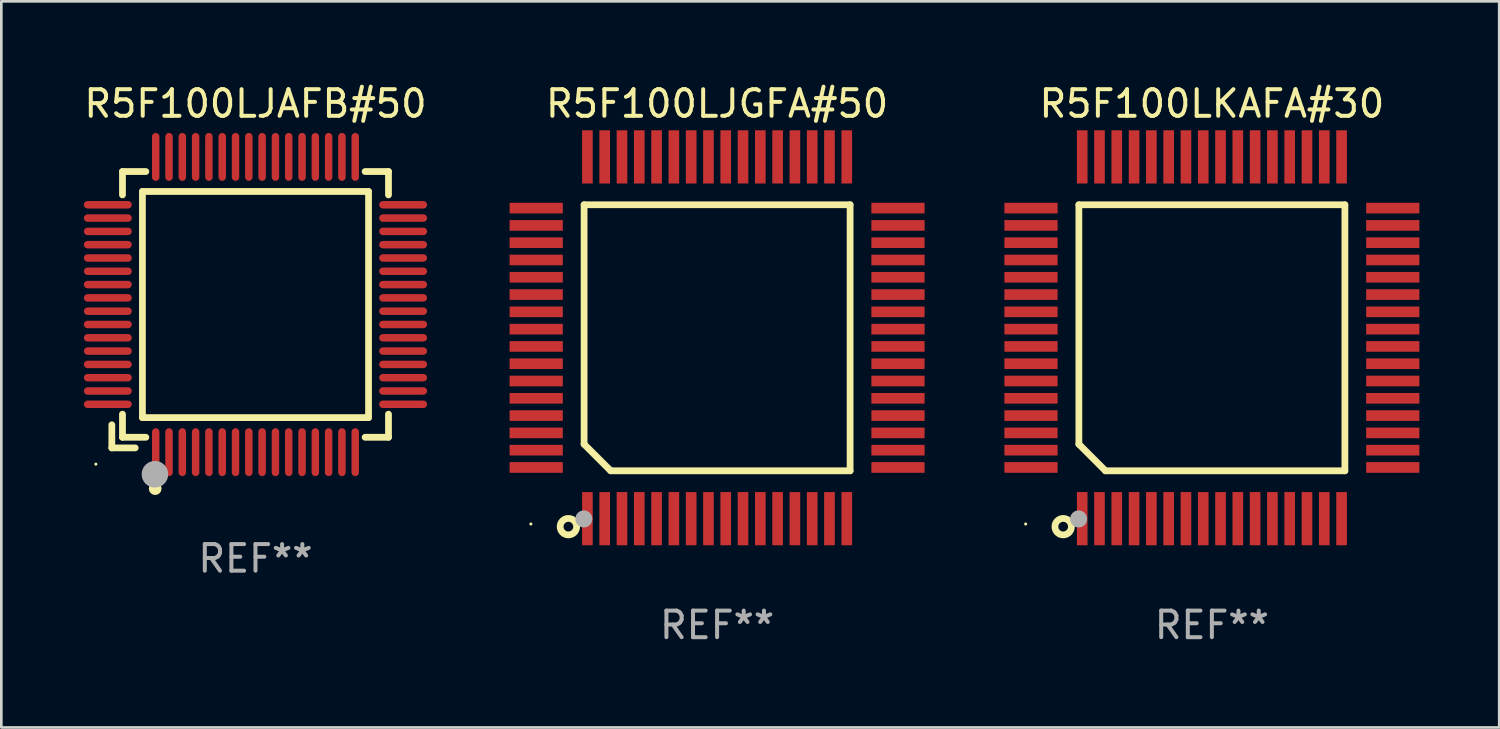
<source format=kicad_pcb>
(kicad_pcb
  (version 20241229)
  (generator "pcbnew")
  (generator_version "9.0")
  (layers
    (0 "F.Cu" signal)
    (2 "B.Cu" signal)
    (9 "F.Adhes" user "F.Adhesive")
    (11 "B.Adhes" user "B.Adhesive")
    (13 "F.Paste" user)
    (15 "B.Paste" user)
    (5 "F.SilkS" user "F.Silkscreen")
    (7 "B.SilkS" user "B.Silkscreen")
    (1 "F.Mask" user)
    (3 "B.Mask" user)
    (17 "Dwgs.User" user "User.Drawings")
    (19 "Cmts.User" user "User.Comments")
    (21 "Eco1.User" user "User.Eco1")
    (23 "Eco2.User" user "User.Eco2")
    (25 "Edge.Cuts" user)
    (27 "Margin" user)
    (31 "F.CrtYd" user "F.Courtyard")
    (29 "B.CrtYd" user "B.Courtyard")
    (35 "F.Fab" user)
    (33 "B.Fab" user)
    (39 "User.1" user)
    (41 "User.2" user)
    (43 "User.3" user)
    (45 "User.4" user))
  (footprint "R5F100LKAFA#30"
    (layer "F.Cu")
    (at 42.507 9.648)
    (property "Reference" "R5F100LKAFA#30" (at 0 -8.8 0) (layer "F.SilkS") (effects (font (size 1 1) (thickness 0.15))))
    (attr through_hole)
    (fp_line (start -5 -5) (end 5 -5) (stroke (width 0.254) (type solid)) (layer "F.SilkS"))
    (fp_line (start -5 4) (end -5 -5) (stroke (width 0.254) (type solid)) (layer "F.SilkS"))
    (fp_line (start -4 5) (end -5 4) (stroke (width 0.254) (type solid)) (layer "F.SilkS"))
    (fp_line (start 5 -5) (end 5 5) (stroke (width 0.254) (type solid)) (layer "F.SilkS"))
    (fp_line (start 5 5) (end -4 5) (stroke (width 0.254) (type solid)) (layer "F.SilkS"))
    (fp_circle (center -7 7) (end -6.97 7) (stroke (width 0.06) (type solid)) (fill no) (layer "F.SilkS"))
    (fp_circle (center -5.59 7.1) (end -5.28 7.1) (stroke (width 0.254) (type solid)) (fill no) (layer "F.SilkS"))
    (fp_circle (center -5.01 6.81) (end -4.85 6.81) (stroke (width 0.32) (type solid)) (fill no) (layer "F.Fab"))
    (fp_text user "REF**" (at 0 10.8 0) (layer "F.Fab") (effects (font (size 1 1) (thickness 0.15))))
    (pad "1" smd rect (at -4.875 6.8) (size 0.4 2) (layers "F.Cu" "F.Mask" "F.Paste"))
    (pad "2" smd rect (at -4.225 6.8) (size 0.4 2) (layers "F.Cu" "F.Mask" "F.Paste"))
    (pad "3" smd rect (at -3.575 6.8) (size 0.4 2) (layers "F.Cu" "F.Mask" "F.Paste"))
    (pad "4" smd rect (at -2.925 6.8) (size 0.4 2) (layers "F.Cu" "F.Mask" "F.Paste"))
    (pad "5" smd rect (at -2.275 6.8) (size 0.4 2) (layers "F.Cu" "F.Mask" "F.Paste"))
    (pad "6" smd rect (at -1.625 6.8) (size 0.4 2) (layers "F.Cu" "F.Mask" "F.Paste"))
    (pad "7" smd rect (at -0.975 6.8) (size 0.4 2) (layers "F.Cu" "F.Mask" "F.Paste"))
    (pad "8" smd rect (at -0.325 6.8) (size 0.4 2) (layers "F.Cu" "F.Mask" "F.Paste"))
    (pad "9" smd rect (at 0.325 6.8) (size 0.4 2) (layers "F.Cu" "F.Mask" "F.Paste"))
    (pad "10" smd rect (at 0.975 6.8) (size 0.4 2) (layers "F.Cu" "F.Mask" "F.Paste"))
    (pad "11" smd rect (at 1.625 6.8) (size 0.4 2) (layers "F.Cu" "F.Mask" "F.Paste"))
    (pad "12" smd rect (at 2.275 6.8) (size 0.4 2) (layers "F.Cu" "F.Mask" "F.Paste"))
    (pad "13" smd rect (at 2.925 6.8) (size 0.4 2) (layers "F.Cu" "F.Mask" "F.Paste"))
    (pad "14" smd rect (at 3.575 6.8) (size 0.4 2) (layers "F.Cu" "F.Mask" "F.Paste"))
    (pad "15" smd rect (at 4.225 6.8) (size 0.4 2) (layers "F.Cu" "F.Mask" "F.Paste"))
    (pad "16" smd rect (at 4.875 6.8) (size 0.4 2) (layers "F.Cu" "F.Mask" "F.Paste"))
    (pad "17" smd rect (at 6.8 4.875) (size 2 0.4) (layers "F.Cu" "F.Mask" "F.Paste"))
    (pad "18" smd rect (at 6.8 4.225) (size 2 0.4) (layers "F.Cu" "F.Mask" "F.Paste"))
    (pad "19" smd rect (at 6.8 3.575) (size 2 0.4) (layers "F.Cu" "F.Mask" "F.Paste"))
    (pad "20" smd rect (at 6.8 2.925) (size 2 0.4) (layers "F.Cu" "F.Mask" "F.Paste"))
    (pad "21" smd rect (at 6.8 2.275) (size 2 0.4) (layers "F.Cu" "F.Mask" "F.Paste"))
    (pad "22" smd rect (at 6.8 1.625) (size 2 0.4) (layers "F.Cu" "F.Mask" "F.Paste"))
    (pad "23" smd rect (at 6.8 0.975) (size 2 0.4) (layers "F.Cu" "F.Mask" "F.Paste"))
    (pad "24" smd rect (at 6.8 0.325) (size 2 0.4) (layers "F.Cu" "F.Mask" "F.Paste"))
    (pad "25" smd rect (at 6.8 -0.325) (size 2 0.4) (layers "F.Cu" "F.Mask" "F.Paste"))
    (pad "26" smd rect (at 6.8 -0.975) (size 2 0.4) (layers "F.Cu" "F.Mask" "F.Paste"))
    (pad "27" smd rect (at 6.8 -1.625) (size 2 0.4) (layers "F.Cu" "F.Mask" "F.Paste"))
    (pad "28" smd rect (at 6.8 -2.275) (size 2 0.4) (layers "F.Cu" "F.Mask" "F.Paste"))
    (pad "29" smd rect (at 6.8 -2.925) (size 2 0.4) (layers "F.Cu" "F.Mask" "F.Paste"))
    (pad "30" smd rect (at 6.8 -3.575) (size 2 0.4) (layers "F.Cu" "F.Mask" "F.Paste"))
    (pad "31" smd rect (at 6.8 -4.225) (size 2 0.4) (layers "F.Cu" "F.Mask" "F.Paste"))
    (pad "32" smd rect (at 6.8 -4.875) (size 2 0.4) (layers "F.Cu" "F.Mask" "F.Paste"))
    (pad "33" smd rect (at 4.875 -6.8) (size 0.4 2) (layers "F.Cu" "F.Mask" "F.Paste"))
    (pad "34" smd rect (at 4.225 -6.8) (size 0.4 2) (layers "F.Cu" "F.Mask" "F.Paste"))
    (pad "35" smd rect (at 3.575 -6.8) (size 0.4 2) (layers "F.Cu" "F.Mask" "F.Paste"))
    (pad "36" smd rect (at 2.925 -6.8) (size 0.4 2) (layers "F.Cu" "F.Mask" "F.Paste"))
    (pad "37" smd rect (at 2.275 -6.8) (size 0.4 2) (layers "F.Cu" "F.Mask" "F.Paste"))
    (pad "38" smd rect (at 1.625 -6.8) (size 0.4 2) (layers "F.Cu" "F.Mask" "F.Paste"))
    (pad "39" smd rect (at 0.975 -6.8) (size 0.4 2) (layers "F.Cu" "F.Mask" "F.Paste"))
    (pad "40" smd rect (at 0.325 -6.8) (size 0.4 2) (layers "F.Cu" "F.Mask" "F.Paste"))
    (pad "41" smd rect (at -0.325 -6.8) (size 0.4 2) (layers "F.Cu" "F.Mask" "F.Paste"))
    (pad "42" smd rect (at -0.975 -6.8) (size 0.4 2) (layers "F.Cu" "F.Mask" "F.Paste"))
    (pad "43" smd rect (at -1.625 -6.8) (size 0.4 2) (layers "F.Cu" "F.Mask" "F.Paste"))
    (pad "44" smd rect (at -2.275 -6.8) (size 0.4 2) (layers "F.Cu" "F.Mask" "F.Paste"))
    (pad "45" smd rect (at -2.925 -6.8) (size 0.4 2) (layers "F.Cu" "F.Mask" "F.Paste"))
    (pad "46" smd rect (at -3.575 -6.8) (size 0.4 2) (layers "F.Cu" "F.Mask" "F.Paste"))
    (pad "47" smd rect (at -4.225 -6.8) (size 0.4 2) (layers "F.Cu" "F.Mask" "F.Paste"))
    (pad "48" smd rect (at -4.875 -6.8) (size 0.4 2) (layers "F.Cu" "F.Mask" "F.Paste"))
    (pad "49" smd rect (at -6.8 -4.875) (size 2 0.4) (layers "F.Cu" "F.Mask" "F.Paste"))
    (pad "50" smd rect (at -6.8 -4.225) (size 2 0.4) (layers "F.Cu" "F.Mask" "F.Paste"))
    (pad "51" smd rect (at -6.8 -3.575) (size 2 0.4) (layers "F.Cu" "F.Mask" "F.Paste"))
    (pad "52" smd rect (at -6.8 -2.925) (size 2 0.4) (layers "F.Cu" "F.Mask" "F.Paste"))
    (pad "53" smd rect (at -6.8 -2.275) (size 2 0.4) (layers "F.Cu" "F.Mask" "F.Paste"))
    (pad "54" smd rect (at -6.8 -1.625) (size 2 0.4) (layers "F.Cu" "F.Mask" "F.Paste"))
    (pad "55" smd rect (at -6.8 -0.975) (size 2 0.4) (layers "F.Cu" "F.Mask" "F.Paste"))
    (pad "56" smd rect (at -6.8 -0.325) (size 2 0.4) (layers "F.Cu" "F.Mask" "F.Paste"))
    (pad "57" smd rect (at -6.8 0.325) (size 2 0.4) (layers "F.Cu" "F.Mask" "F.Paste"))
    (pad "58" smd rect (at -6.8 0.975) (size 2 0.4) (layers "F.Cu" "F.Mask" "F.Paste"))
    (pad "59" smd rect (at -6.8 1.625) (size 2 0.4) (layers "F.Cu" "F.Mask" "F.Paste"))
    (pad "60" smd rect (at -6.8 2.275) (size 2 0.4) (layers "F.Cu" "F.Mask" "F.Paste"))
    (pad "61" smd rect (at -6.8 2.925) (size 2 0.4) (layers "F.Cu" "F.Mask" "F.Paste"))
    (pad "62" smd rect (at -6.8 3.575) (size 2 0.4) (layers "F.Cu" "F.Mask" "F.Paste"))
    (pad "63" smd rect (at -6.8 4.225) (size 2 0.4) (layers "F.Cu" "F.Mask" "F.Paste"))
    (pad "64" smd rect (at -6.8 4.875) (size 2 0.4) (layers "F.Cu" "F.Mask" "F.Paste")))
  (footprint "R5F100LJAFB#50"
    (layer "F.Cu")
    (at 6.554 8.398)
    (property "Reference" "R5F100LJAFB#50" (at 0 -7.55 0) (layer "F.SilkS") (effects (font (size 1 1) (thickness 0.15))))
    (attr through_hole)
    (fp_line (start -5.4 4.521) (end -5.4 5.39) (stroke (width 0.254) (type solid)) (layer "F.SilkS"))
    (fp_line (start -5.4 5.39) (end -4.521 5.39) (stroke (width 0.254) (type solid)) (layer "F.SilkS"))
    (fp_line (start -5 -5) (end -5 -4.121) (stroke (width 0.254) (type solid)) (layer "F.SilkS"))
    (fp_line (start -5 4.121) (end -5 4.99) (stroke (width 0.254) (type solid)) (layer "F.SilkS"))
    (fp_line (start -5 4.99) (end -4.121 4.99) (stroke (width 0.254) (type solid)) (layer "F.SilkS"))
    (fp_line (start -4.25 -4.25) (end -4.25 4.25) (stroke (width 0.254) (type solid)) (layer "F.SilkS"))
    (fp_line (start -4.25 4.25) (end 4.25 4.25) (stroke (width 0.254) (type solid)) (layer "F.SilkS"))
    (fp_line (start -4.121 -5) (end -5 -5) (stroke (width 0.254) (type solid)) (layer "F.SilkS"))
    (fp_line (start 4.121 4.99) (end 5 4.99) (stroke (width 0.254) (type solid)) (layer "F.SilkS"))
    (fp_line (start 4.25 -4.25) (end -4.25 -4.25) (stroke (width 0.254) (type solid)) (layer "F.SilkS"))
    (fp_line (start 4.25 4.25) (end 4.25 -4.25) (stroke (width 0.254) (type solid)) (layer "F.SilkS"))
    (fp_line (start 5 -5) (end 4.121 -5) (stroke (width 0.254) (type solid)) (layer "F.SilkS"))
    (fp_line (start 5 -4.121) (end 5 -5) (stroke (width 0.254) (type solid)) (layer "F.SilkS"))
    (fp_line (start 5 4.99) (end 5 4.121) (stroke (width 0.254) (type solid)) (layer "F.SilkS"))
    (fp_circle (center -6 6) (end -5.97 6) (stroke (width 0.06) (type solid)) (fill no) (layer "F.SilkS"))
    (fp_circle (center -3.77 6.92) (end -3.65 6.92) (stroke (width 0.24) (type solid)) (fill no) (layer "F.SilkS"))
    (fp_circle (center -3.78 6.38) (end -3.53 6.38) (stroke (width 0.5) (type solid)) (fill no) (layer "F.Fab"))
    (fp_text user "REF**" (at 0 9.55 0) (layer "F.Fab") (effects (font (size 1 1) (thickness 0.15))))
    (pad "1" smd oval (at -3.75 5.55) (size 0.28 1.8) (layers "F.Cu" "F.Mask" "F.Paste"))
    (pad "2" smd oval (at -3.25 5.55) (size 0.28 1.8) (layers "F.Cu" "F.Mask" "F.Paste"))
    (pad "3" smd oval (at -2.75 5.55) (size 0.28 1.8) (layers "F.Cu" "F.Mask" "F.Paste"))
    (pad "4" smd oval (at -2.25 5.55) (size 0.28 1.8) (layers "F.Cu" "F.Mask" "F.Paste"))
    (pad "5" smd oval (at -1.75 5.55) (size 0.28 1.8) (layers "F.Cu" "F.Mask" "F.Paste"))
    (pad "6" smd oval (at -1.25 5.55) (size 0.28 1.8) (layers "F.Cu" "F.Mask" "F.Paste"))
    (pad "7" smd oval (at -0.75 5.55) (size 0.28 1.8) (layers "F.Cu" "F.Mask" "F.Paste"))
    (pad "8" smd oval (at -0.25 5.55) (size 0.28 1.8) (layers "F.Cu" "F.Mask" "F.Paste"))
    (pad "9" smd oval (at 0.25 5.55) (size 0.28 1.8) (layers "F.Cu" "F.Mask" "F.Paste"))
    (pad "10" smd oval (at 0.75 5.55) (size 0.28 1.8) (layers "F.Cu" "F.Mask" "F.Paste"))
    (pad "11" smd oval (at 1.25 5.55) (size 0.28 1.8) (layers "F.Cu" "F.Mask" "F.Paste"))
    (pad "12" smd oval (at 1.75 5.55) (size 0.28 1.8) (layers "F.Cu" "F.Mask" "F.Paste"))
    (pad "13" smd oval (at 2.25 5.55) (size 0.28 1.8) (layers "F.Cu" "F.Mask" "F.Paste"))
    (pad "14" smd oval (at 2.75 5.55) (size 0.28 1.8) (layers "F.Cu" "F.Mask" "F.Paste"))
    (pad "15" smd oval (at 3.25 5.55) (size 0.28 1.8) (layers "F.Cu" "F.Mask" "F.Paste"))
    (pad "16" smd oval (at 3.75 5.55) (size 0.28 1.8) (layers "F.Cu" "F.Mask" "F.Paste"))
    (pad "17" smd oval (at 5.55 3.75) (size 1.8 0.28) (layers "F.Cu" "F.Mask" "F.Paste"))
    (pad "18" smd oval (at 5.55 3.25) (size 1.8 0.28) (layers "F.Cu" "F.Mask" "F.Paste"))
    (pad "19" smd oval (at 5.55 2.75) (size 1.8 0.28) (layers "F.Cu" "F.Mask" "F.Paste"))
    (pad "20" smd oval (at 5.55 2.25) (size 1.8 0.28) (layers "F.Cu" "F.Mask" "F.Paste"))
    (pad "21" smd oval (at 5.55 1.75) (size 1.8 0.28) (layers "F.Cu" "F.Mask" "F.Paste"))
    (pad "22" smd oval (at 5.55 1.25) (size 1.8 0.28) (layers "F.Cu" "F.Mask" "F.Paste"))
    (pad "23" smd oval (at 5.55 0.75) (size 1.8 0.28) (layers "F.Cu" "F.Mask" "F.Paste"))
    (pad "24" smd oval (at 5.55 0.25) (size 1.8 0.28) (layers "F.Cu" "F.Mask" "F.Paste"))
    (pad "25" smd oval (at 5.55 -0.25) (size 1.8 0.28) (layers "F.Cu" "F.Mask" "F.Paste"))
    (pad "26" smd oval (at 5.55 -0.75) (size 1.8 0.28) (layers "F.Cu" "F.Mask" "F.Paste"))
    (pad "27" smd oval (at 5.55 -1.25) (size 1.8 0.28) (layers "F.Cu" "F.Mask" "F.Paste"))
    (pad "28" smd oval (at 5.55 -1.75) (size 1.8 0.28) (layers "F.Cu" "F.Mask" "F.Paste"))
    (pad "29" smd oval (at 5.55 -2.25) (size 1.8 0.28) (layers "F.Cu" "F.Mask" "F.Paste"))
    (pad "30" smd oval (at 5.55 -2.75) (size 1.8 0.28) (layers "F.Cu" "F.Mask" "F.Paste"))
    (pad "31" smd oval (at 5.55 -3.25) (size 1.8 0.28) (layers "F.Cu" "F.Mask" "F.Paste"))
    (pad "32" smd oval (at 5.55 -3.75) (size 1.8 0.28) (layers "F.Cu" "F.Mask" "F.Paste"))
    (pad "33" smd oval (at 3.75 -5.55) (size 0.28 1.8) (layers "F.Cu" "F.Mask" "F.Paste"))
    (pad "34" smd oval (at 3.25 -5.55) (size 0.28 1.8) (layers "F.Cu" "F.Mask" "F.Paste"))
    (pad "35" smd oval (at 2.75 -5.55) (size 0.28 1.8) (layers "F.Cu" "F.Mask" "F.Paste"))
    (pad "36" smd oval (at 2.25 -5.55) (size 0.28 1.8) (layers "F.Cu" "F.Mask" "F.Paste"))
    (pad "37" smd oval (at 1.75 -5.55) (size 0.28 1.8) (layers "F.Cu" "F.Mask" "F.Paste"))
    (pad "38" smd oval (at 1.25 -5.55) (size 0.28 1.8) (layers "F.Cu" "F.Mask" "F.Paste"))
    (pad "39" smd oval (at 0.75 -5.55) (size 0.28 1.8) (layers "F.Cu" "F.Mask" "F.Paste"))
    (pad "40" smd oval (at 0.25 -5.55) (size 0.28 1.8) (layers "F.Cu" "F.Mask" "F.Paste"))
    (pad "41" smd oval (at -0.25 -5.55) (size 0.28 1.8) (layers "F.Cu" "F.Mask" "F.Paste"))
    (pad "42" smd oval (at -0.75 -5.55) (size 0.28 1.8) (layers "F.Cu" "F.Mask" "F.Paste"))
    (pad "43" smd oval (at -1.25 -5.55) (size 0.28 1.8) (layers "F.Cu" "F.Mask" "F.Paste"))
    (pad "44" smd oval (at -1.75 -5.55) (size 0.28 1.8) (layers "F.Cu" "F.Mask" "F.Paste"))
    (pad "45" smd oval (at -2.25 -5.55) (size 0.28 1.8) (layers "F.Cu" "F.Mask" "F.Paste"))
    (pad "46" smd oval (at -2.75 -5.55) (size 0.28 1.8) (layers "F.Cu" "F.Mask" "F.Paste"))
    (pad "47" smd oval (at -3.25 -5.55) (size 0.28 1.8) (layers "F.Cu" "F.Mask" "F.Paste"))
    (pad "48" smd oval (at -3.75 -5.55) (size 0.28 1.8) (layers "F.Cu" "F.Mask" "F.Paste"))
    (pad "49" smd oval (at -5.55 -3.75) (size 1.8 0.28) (layers "F.Cu" "F.Mask" "F.Paste"))
    (pad "50" smd oval (at -5.55 -3.25) (size 1.8 0.28) (layers "F.Cu" "F.Mask" "F.Paste"))
    (pad "51" smd oval (at -5.55 -2.75) (size 1.8 0.28) (layers "F.Cu" "F.Mask" "F.Paste"))
    (pad "52" smd oval (at -5.55 -2.25) (size 1.8 0.28) (layers "F.Cu" "F.Mask" "F.Paste"))
    (pad "53" smd oval (at -5.55 -1.75) (size 1.8 0.28) (layers "F.Cu" "F.Mask" "F.Paste"))
    (pad "54" smd oval (at -5.55 -1.25) (size 1.8 0.28) (layers "F.Cu" "F.Mask" "F.Paste"))
    (pad "55" smd oval (at -5.55 -0.75) (size 1.8 0.28) (layers "F.Cu" "F.Mask" "F.Paste"))
    (pad "56" smd oval (at -5.55 -0.25) (size 1.8 0.28) (layers "F.Cu" "F.Mask" "F.Paste"))
    (pad "57" smd oval (at -5.55 0.25) (size 1.8 0.28) (layers "F.Cu" "F.Mask" "F.Paste"))
    (pad "58" smd oval (at -5.55 0.75) (size 1.8 0.28) (layers "F.Cu" "F.Mask" "F.Paste"))
    (pad "59" smd oval (at -5.55 1.25) (size 1.8 0.28) (layers "F.Cu" "F.Mask" "F.Paste"))
    (pad "60" smd oval (at -5.55 1.75) (size 1.8 0.28) (layers "F.Cu" "F.Mask" "F.Paste"))
    (pad "61" smd oval (at -5.55 2.25) (size 1.8 0.28) (layers "F.Cu" "F.Mask" "F.Paste"))
    (pad "62" smd oval (at -5.55 2.75) (size 1.8 0.28) (layers "F.Cu" "F.Mask" "F.Paste"))
    (pad "63" smd oval (at -5.55 3.25) (size 1.8 0.28) (layers "F.Cu" "F.Mask" "F.Paste"))
    (pad "64" smd oval (at -5.55 3.75) (size 1.8 0.28) (layers "F.Cu" "F.Mask" "F.Paste")))
  (footprint "R5F100LJGFA#50"
    (layer "F.Cu")
    (at 23.907 9.648)
    (property "Reference" "R5F100LJGFA#50" (at 0 -8.8 0) (layer "F.SilkS") (effects (font (size 1 1) (thickness 0.15))))
    (attr through_hole)
    (fp_line (start -5 -5) (end 5 -5) (stroke (width 0.254) (type solid)) (layer "F.SilkS"))
    (fp_line (start -5 4) (end -5 -5) (stroke (width 0.254) (type solid)) (layer "F.SilkS"))
    (fp_line (start -4 5) (end -5 4) (stroke (width 0.254) (type solid)) (layer "F.SilkS"))
    (fp_line (start 5 -5) (end 5 5) (stroke (width 0.254) (type solid)) (layer "F.SilkS"))
    (fp_line (start 5 5) (end -4 5) (stroke (width 0.254) (type solid)) (layer "F.SilkS"))
    (fp_circle (center -7 7) (end -6.97 7) (stroke (width 0.06) (type solid)) (fill no) (layer "F.SilkS"))
    (fp_circle (center -5.59 7.1) (end -5.28 7.1) (stroke (width 0.254) (type solid)) (fill no) (layer "F.SilkS"))
    (fp_circle (center -5.01 6.81) (end -4.85 6.81) (stroke (width 0.32) (type solid)) (fill no) (layer "F.Fab"))
    (fp_text user "REF**" (at 0 10.8 0) (layer "F.Fab") (effects (font (size 1 1) (thickness 0.15))))
    (pad "1" smd rect (at -4.875 6.8) (size 0.4 2) (layers "F.Cu" "F.Mask" "F.Paste"))
    (pad "2" smd rect (at -4.225 6.8) (size 0.4 2) (layers "F.Cu" "F.Mask" "F.Paste"))
    (pad "3" smd rect (at -3.575 6.8) (size 0.4 2) (layers "F.Cu" "F.Mask" "F.Paste"))
    (pad "4" smd rect (at -2.925 6.8) (size 0.4 2) (layers "F.Cu" "F.Mask" "F.Paste"))
    (pad "5" smd rect (at -2.275 6.8) (size 0.4 2) (layers "F.Cu" "F.Mask" "F.Paste"))
    (pad "6" smd rect (at -1.625 6.8) (size 0.4 2) (layers "F.Cu" "F.Mask" "F.Paste"))
    (pad "7" smd rect (at -0.975 6.8) (size 0.4 2) (layers "F.Cu" "F.Mask" "F.Paste"))
    (pad "8" smd rect (at -0.325 6.8) (size 0.4 2) (layers "F.Cu" "F.Mask" "F.Paste"))
    (pad "9" smd rect (at 0.325 6.8) (size 0.4 2) (layers "F.Cu" "F.Mask" "F.Paste"))
    (pad "10" smd rect (at 0.975 6.8) (size 0.4 2) (layers "F.Cu" "F.Mask" "F.Paste"))
    (pad "11" smd rect (at 1.625 6.8) (size 0.4 2) (layers "F.Cu" "F.Mask" "F.Paste"))
    (pad "12" smd rect (at 2.275 6.8) (size 0.4 2) (layers "F.Cu" "F.Mask" "F.Paste"))
    (pad "13" smd rect (at 2.925 6.8) (size 0.4 2) (layers "F.Cu" "F.Mask" "F.Paste"))
    (pad "14" smd rect (at 3.575 6.8) (size 0.4 2) (layers "F.Cu" "F.Mask" "F.Paste"))
    (pad "15" smd rect (at 4.225 6.8) (size 0.4 2) (layers "F.Cu" "F.Mask" "F.Paste"))
    (pad "16" smd rect (at 4.875 6.8) (size 0.4 2) (layers "F.Cu" "F.Mask" "F.Paste"))
    (pad "17" smd rect (at 6.8 4.875) (size 2 0.4) (layers "F.Cu" "F.Mask" "F.Paste"))
    (pad "18" smd rect (at 6.8 4.225) (size 2 0.4) (layers "F.Cu" "F.Mask" "F.Paste"))
    (pad "19" smd rect (at 6.8 3.575) (size 2 0.4) (layers "F.Cu" "F.Mask" "F.Paste"))
    (pad "20" smd rect (at 6.8 2.925) (size 2 0.4) (layers "F.Cu" "F.Mask" "F.Paste"))
    (pad "21" smd rect (at 6.8 2.275) (size 2 0.4) (layers "F.Cu" "F.Mask" "F.Paste"))
    (pad "22" smd rect (at 6.8 1.625) (size 2 0.4) (layers "F.Cu" "F.Mask" "F.Paste"))
    (pad "23" smd rect (at 6.8 0.975) (size 2 0.4) (layers "F.Cu" "F.Mask" "F.Paste"))
    (pad "24" smd rect (at 6.8 0.325) (size 2 0.4) (layers "F.Cu" "F.Mask" "F.Paste"))
    (pad "25" smd rect (at 6.8 -0.325) (size 2 0.4) (layers "F.Cu" "F.Mask" "F.Paste"))
    (pad "26" smd rect (at 6.8 -0.975) (size 2 0.4) (layers "F.Cu" "F.Mask" "F.Paste"))
    (pad "27" smd rect (at 6.8 -1.625) (size 2 0.4) (layers "F.Cu" "F.Mask" "F.Paste"))
    (pad "28" smd rect (at 6.8 -2.275) (size 2 0.4) (layers "F.Cu" "F.Mask" "F.Paste"))
    (pad "29" smd rect (at 6.8 -2.925) (size 2 0.4) (layers "F.Cu" "F.Mask" "F.Paste"))
    (pad "30" smd rect (at 6.8 -3.575) (size 2 0.4) (layers "F.Cu" "F.Mask" "F.Paste"))
    (pad "31" smd rect (at 6.8 -4.225) (size 2 0.4) (layers "F.Cu" "F.Mask" "F.Paste"))
    (pad "32" smd rect (at 6.8 -4.875) (size 2 0.4) (layers "F.Cu" "F.Mask" "F.Paste"))
    (pad "33" smd rect (at 4.875 -6.8) (size 0.4 2) (layers "F.Cu" "F.Mask" "F.Paste"))
    (pad "34" smd rect (at 4.225 -6.8) (size 0.4 2) (layers "F.Cu" "F.Mask" "F.Paste"))
    (pad "35" smd rect (at 3.575 -6.8) (size 0.4 2) (layers "F.Cu" "F.Mask" "F.Paste"))
    (pad "36" smd rect (at 2.925 -6.8) (size 0.4 2) (layers "F.Cu" "F.Mask" "F.Paste"))
    (pad "37" smd rect (at 2.275 -6.8) (size 0.4 2) (layers "F.Cu" "F.Mask" "F.Paste"))
    (pad "38" smd rect (at 1.625 -6.8) (size 0.4 2) (layers "F.Cu" "F.Mask" "F.Paste"))
    (pad "39" smd rect (at 0.975 -6.8) (size 0.4 2) (layers "F.Cu" "F.Mask" "F.Paste"))
    (pad "40" smd rect (at 0.325 -6.8) (size 0.4 2) (layers "F.Cu" "F.Mask" "F.Paste"))
    (pad "41" smd rect (at -0.325 -6.8) (size 0.4 2) (layers "F.Cu" "F.Mask" "F.Paste"))
    (pad "42" smd rect (at -0.975 -6.8) (size 0.4 2) (layers "F.Cu" "F.Mask" "F.Paste"))
    (pad "43" smd rect (at -1.625 -6.8) (size 0.4 2) (layers "F.Cu" "F.Mask" "F.Paste"))
    (pad "44" smd rect (at -2.275 -6.8) (size 0.4 2) (layers "F.Cu" "F.Mask" "F.Paste"))
    (pad "45" smd rect (at -2.925 -6.8) (size 0.4 2) (layers "F.Cu" "F.Mask" "F.Paste"))
    (pad "46" smd rect (at -3.575 -6.8) (size 0.4 2) (layers "F.Cu" "F.Mask" "F.Paste"))
    (pad "47" smd rect (at -4.225 -6.8) (size 0.4 2) (layers "F.Cu" "F.Mask" "F.Paste"))
    (pad "48" smd rect (at -4.875 -6.8) (size 0.4 2) (layers "F.Cu" "F.Mask" "F.Paste"))
    (pad "49" smd rect (at -6.8 -4.875) (size 2 0.4) (layers "F.Cu" "F.Mask" "F.Paste"))
    (pad "50" smd rect (at -6.8 -4.225) (size 2 0.4) (layers "F.Cu" "F.Mask" "F.Paste"))
    (pad "51" smd rect (at -6.8 -3.575) (size 2 0.4) (layers "F.Cu" "F.Mask" "F.Paste"))
    (pad "52" smd rect (at -6.8 -2.925) (size 2 0.4) (layers "F.Cu" "F.Mask" "F.Paste"))
    (pad "53" smd rect (at -6.8 -2.275) (size 2 0.4) (layers "F.Cu" "F.Mask" "F.Paste"))
    (pad "54" smd rect (at -6.8 -1.625) (size 2 0.4) (layers "F.Cu" "F.Mask" "F.Paste"))
    (pad "55" smd rect (at -6.8 -0.975) (size 2 0.4) (layers "F.Cu" "F.Mask" "F.Paste"))
    (pad "56" smd rect (at -6.8 -0.325) (size 2 0.4) (layers "F.Cu" "F.Mask" "F.Paste"))
    (pad "57" smd rect (at -6.8 0.325) (size 2 0.4) (layers "F.Cu" "F.Mask" "F.Paste"))
    (pad "58" smd rect (at -6.8 0.975) (size 2 0.4) (layers "F.Cu" "F.Mask" "F.Paste"))
    (pad "59" smd rect (at -6.8 1.625) (size 2 0.4) (layers "F.Cu" "F.Mask" "F.Paste"))
    (pad "60" smd rect (at -6.8 2.275) (size 2 0.4) (layers "F.Cu" "F.Mask" "F.Paste"))
    (pad "61" smd rect (at -6.8 2.925) (size 2 0.4) (layers "F.Cu" "F.Mask" "F.Paste"))
    (pad "62" smd rect (at -6.8 3.575) (size 2 0.4) (layers "F.Cu" "F.Mask" "F.Paste"))
    (pad "63" smd rect (at -6.8 4.225) (size 2 0.4) (layers "F.Cu" "F.Mask" "F.Paste"))
    (pad "64" smd rect (at -6.8 4.875) (size 2 0.4) (layers "F.Cu" "F.Mask" "F.Paste")))
  (gr_rect
    (start -3 -3)
    (end 53.308 24.297)
    (stroke (width 0.1) (type default))
    (fill no)
    (layer "Edge.Cuts")))
</source>
